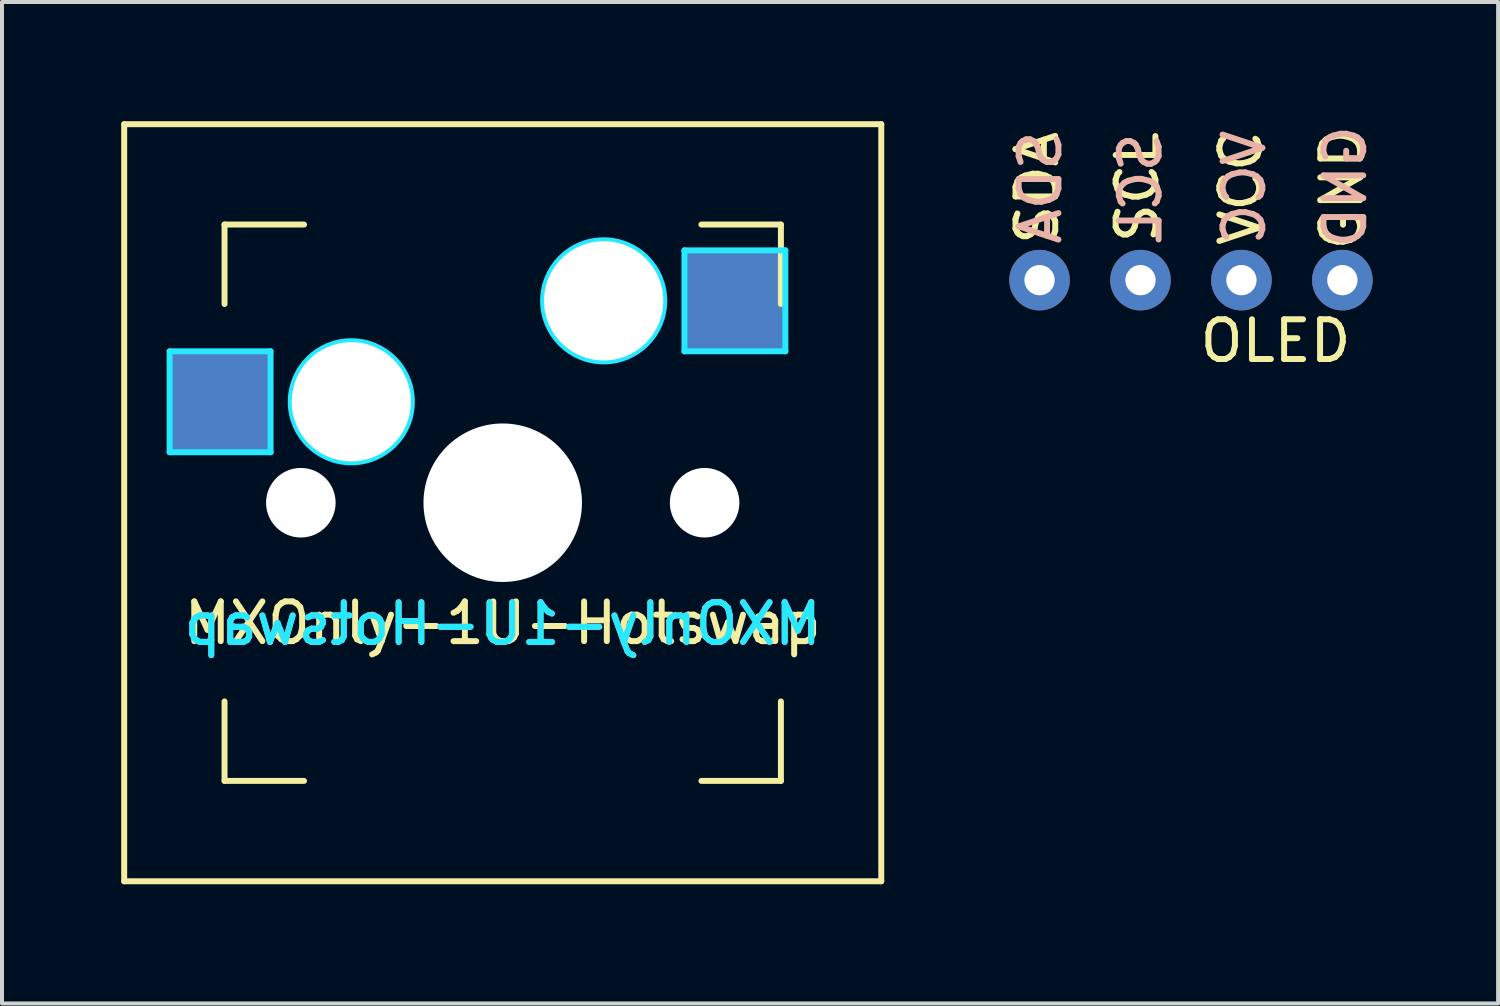
<source format=kicad_pcb>
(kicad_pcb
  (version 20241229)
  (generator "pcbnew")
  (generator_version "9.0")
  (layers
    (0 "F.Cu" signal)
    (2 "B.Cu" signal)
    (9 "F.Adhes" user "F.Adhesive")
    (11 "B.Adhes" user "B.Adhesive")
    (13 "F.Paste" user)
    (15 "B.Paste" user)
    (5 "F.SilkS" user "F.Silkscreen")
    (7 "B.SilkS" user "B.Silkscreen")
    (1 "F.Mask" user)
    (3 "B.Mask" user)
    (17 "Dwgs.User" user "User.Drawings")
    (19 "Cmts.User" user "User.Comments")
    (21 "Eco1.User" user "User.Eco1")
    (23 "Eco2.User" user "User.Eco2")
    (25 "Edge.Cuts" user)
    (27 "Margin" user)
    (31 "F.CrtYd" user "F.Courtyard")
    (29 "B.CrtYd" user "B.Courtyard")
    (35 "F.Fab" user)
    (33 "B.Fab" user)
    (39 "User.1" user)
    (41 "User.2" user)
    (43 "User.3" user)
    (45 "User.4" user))
  (footprint "MXOnly-1U-Hotswap"
    (layer "F.Cu")
    (at 9.6 9.6)
    (property "Reference" "MXOnly-1U-Hotswap" (at 0 3.048 0) (layer "B.CrtYd") (effects (font (size 1 1) (thickness 0.15)) (justify mirror)))
    (attr smd)
    (fp_line (start -9.525 -9.525) (end 9.525 -9.525) (stroke (width 0.15) (type solid)) (layer "F.SilkS"))
    (fp_line (start -9.525 9.525) (end -9.525 -9.525) (stroke (width 0.15) (type solid)) (layer "F.SilkS"))
    (fp_line (start -7 -7) (end -7 -5) (stroke (width 0.15) (type solid)) (layer "F.SilkS"))
    (fp_line (start -7 5) (end -7 7) (stroke (width 0.15) (type solid)) (layer "F.SilkS"))
    (fp_line (start -7 7) (end -5 7) (stroke (width 0.15) (type solid)) (layer "F.SilkS"))
    (fp_line (start -5 -7) (end -7 -7) (stroke (width 0.15) (type solid)) (layer "F.SilkS"))
    (fp_line (start 5 -7) (end 7 -7) (stroke (width 0.15) (type solid)) (layer "F.SilkS"))
    (fp_line (start 5 7) (end 7 7) (stroke (width 0.15) (type solid)) (layer "F.SilkS"))
    (fp_line (start 7 -7) (end 7 -5) (stroke (width 0.15) (type solid)) (layer "F.SilkS"))
    (fp_line (start 7 7) (end 7 5) (stroke (width 0.15) (type solid)) (layer "F.SilkS"))
    (fp_line (start 9.525 -9.525) (end 9.525 9.525) (stroke (width 0.15) (type solid)) (layer "F.SilkS"))
    (fp_line (start 9.525 9.525) (end -9.525 9.525) (stroke (width 0.15) (type solid)) (layer "F.SilkS"))
    (fp_line (start -8.382 -3.81) (end -8.382 -1.27) (stroke (width 0.15) (type solid)) (layer "B.CrtYd"))
    (fp_line (start -8.382 -1.27) (end -5.842 -1.27) (stroke (width 0.15) (type solid)) (layer "B.CrtYd"))
    (fp_line (start -5.842 -3.81) (end -8.382 -3.81) (stroke (width 0.15) (type solid)) (layer "B.CrtYd"))
    (fp_line (start -5.842 -1.27) (end -5.842 -3.81) (stroke (width 0.15) (type solid)) (layer "B.CrtYd"))
    (fp_line (start 4.572 -6.35) (end 7.112 -6.35) (stroke (width 0.15) (type solid)) (layer "B.CrtYd"))
    (fp_line (start 4.572 -3.81) (end 4.572 -6.35) (stroke (width 0.15) (type solid)) (layer "B.CrtYd"))
    (fp_line (start 7.112 -6.35) (end 7.112 -3.81) (stroke (width 0.15) (type solid)) (layer "B.CrtYd"))
    (fp_line (start 7.112 -3.81) (end 4.572 -3.81) (stroke (width 0.15) (type solid)) (layer "B.CrtYd"))
    (fp_circle (center -3.81 -2.54) (end -3.81 -4.064) (stroke (width 0.15) (type solid)) (fill no) (layer "B.CrtYd"))
    (fp_circle (center 2.54 -5.08) (end 2.54 -6.604) (stroke (width 0.15) (type solid)) (fill no) (layer "B.CrtYd"))
    (fp_text user "${REFERENCE}" (at 0 3.028 0) (layer "F.SilkS") (effects (font (size 1 1) (thickness 0.15))))
    (fp_text user "${REFERENCE}" (at 0 3.048 0) (layer "B.SilkS") (effects (font (size 1 1) (thickness 0.15)) (justify mirror)))
    (pad "" np_thru_hole circle (at -5.08 0 48.1) (size 1.75 1.75) (drill 1.75) (layers "*.Cu" "*.Mask"))
    (pad "" np_thru_hole circle (at -3.81 -2.54) (size 3 3) (drill 3) (layers "*.Cu" "*.Mask"))
    (pad "" np_thru_hole circle (at 0 0) (size 3.988 3.988) (drill 3.988) (layers "*.Cu" "*.Mask"))
    (pad "" np_thru_hole circle (at 2.54 -5.08) (size 3 3) (drill 3) (layers "*.Cu" "*.Mask"))
    (pad "" np_thru_hole circle (at 5.08 0 48.1) (size 1.75 1.75) (drill 1.75) (layers "*.Cu" "*.Mask"))
    (pad "1" smd rect (at -7.085 -2.54) (size 2.55 2.5) (layers "B.Cu" "B.Mask" "B.Paste"))
    (pad "2" smd rect (at 5.842 -5.08) (size 2.55 2.5) (layers "B.Cu" "B.Mask" "B.Paste")))
  (footprint "OLED"
    (layer "F.Cu")
    (at 26.898 3.279)
    (property "Reference" "OLED" (at 2.15 2.25 180) (layer "F.SilkS") (effects (font (size 1 1) (thickness 0.15))))
    (attr through_hole)
    (fp_text user "GND" (at 3.82 -1.58 270) (layer "F.SilkS") (effects (font (size 1 1) (thickness 0.15))))
    (fp_text user "VCC" (at 1.28 -1.6 270) (layer "F.SilkS") (effects (font (size 1 1) (thickness 0.15))))
    (fp_text user "SCL" (at -1.33 -1.62 270) (layer "F.SilkS") (effects (font (size 1 1) (thickness 0.15))))
    (fp_text user "SDA" (at -3.85 -1.6 270) (layer "F.SilkS") (effects (font (size 1 1) (thickness 0.15))))
    (fp_text user "SCL" (at -1.25 -1.59 90) (layer "B.SilkS") (effects (font (size 1 1) (thickness 0.15)) (justify mirror)))
    (fp_text user "VCC" (at 1.36 -1.61 90) (layer "B.SilkS") (effects (font (size 1 1) (thickness 0.15)) (justify mirror)))
    (fp_text user "SDA" (at -3.77 -1.61 90) (layer "B.SilkS") (effects (font (size 1 1) (thickness 0.15)) (justify mirror)))
    (fp_text user "GND" (at 3.9 -1.63 90) (layer "B.SilkS") (effects (font (size 1 1) (thickness 0.15)) (justify mirror)))
    (pad "0" thru_hole circle (at -3.79 0.72 270) (size 1.524 1.524) (drill 0.762) (layers "*.Cu" "*.Mask"))
    (pad "1" thru_hole circle (at -1.25 0.72 180) (size 1.524 1.524) (drill 0.762) (layers "*.Cu" "*.Mask"))
    (pad "2" thru_hole circle (at 1.29 0.72 180) (size 1.524 1.524) (drill 0.762) (layers "*.Cu" "*.Mask"))
    (pad "3" thru_hole circle (at 3.83 0.72 180) (size 1.524 1.524) (drill 0.762) (layers "*.Cu" "*.Mask")))
  (gr_rect
    (start -3 -3)
    (end 34.647 22.2)
    (stroke (width 0.1) (type default))
    (fill no)
    (layer "Edge.Cuts")))
</source>
